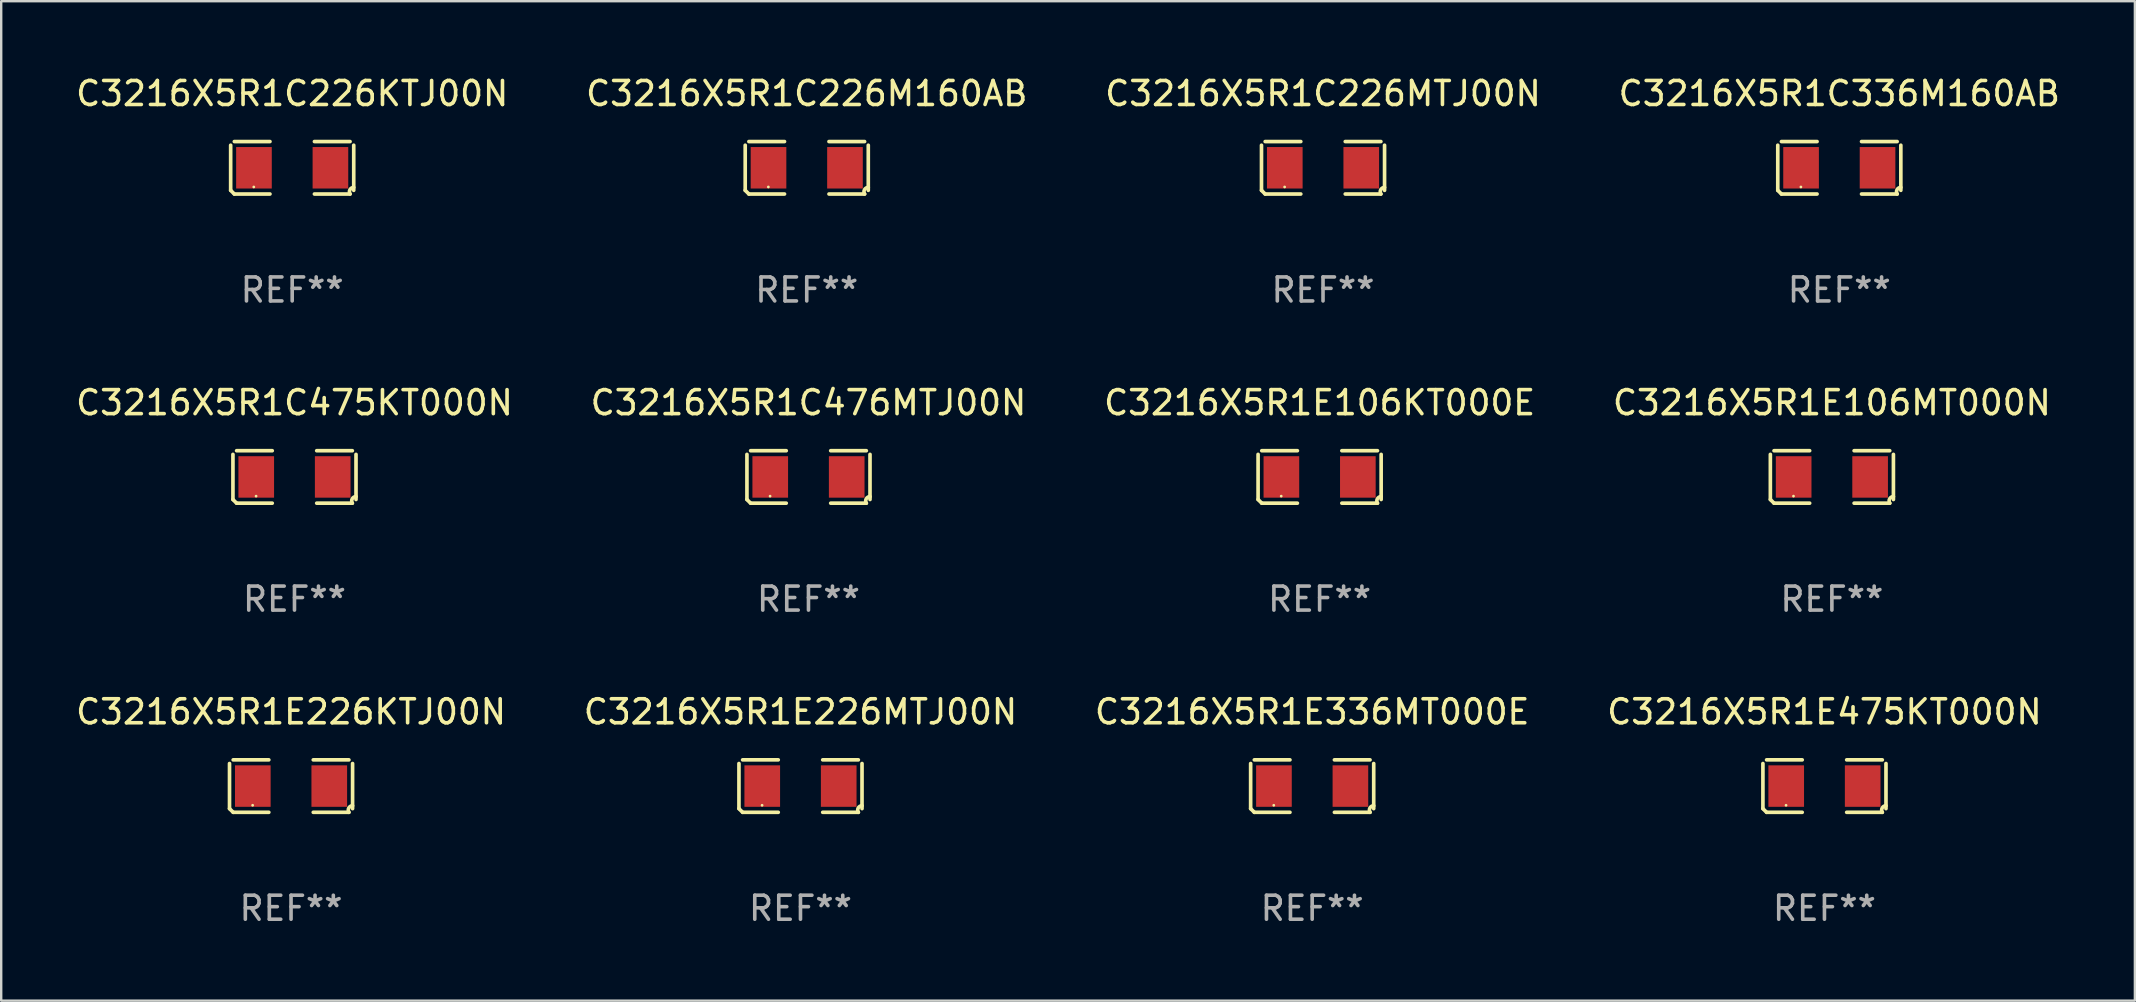
<source format=kicad_pcb>
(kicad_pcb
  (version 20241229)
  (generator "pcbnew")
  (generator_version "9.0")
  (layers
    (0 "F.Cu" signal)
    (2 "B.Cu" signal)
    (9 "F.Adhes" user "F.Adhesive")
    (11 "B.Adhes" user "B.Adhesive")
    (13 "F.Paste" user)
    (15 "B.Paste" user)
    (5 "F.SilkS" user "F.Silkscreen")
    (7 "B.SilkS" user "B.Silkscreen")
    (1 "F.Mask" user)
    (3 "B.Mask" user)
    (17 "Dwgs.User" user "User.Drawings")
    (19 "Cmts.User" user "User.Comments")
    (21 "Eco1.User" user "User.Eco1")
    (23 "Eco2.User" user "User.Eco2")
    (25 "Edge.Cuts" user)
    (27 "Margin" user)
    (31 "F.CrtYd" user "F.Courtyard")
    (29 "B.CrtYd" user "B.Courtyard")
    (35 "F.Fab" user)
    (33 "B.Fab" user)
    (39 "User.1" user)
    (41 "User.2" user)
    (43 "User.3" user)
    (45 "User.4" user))
  (footprint "C3216X5R1C476MTJ00N"
    (layer "F.Cu")
    (at 30.637 16.823)
    (property "Reference" "C3216X5R1C476MTJ00N" (at 0 -3.093 0) (layer "F.SilkS") (effects (font (size 1 1) (thickness 0.15))))
    (attr through_hole)
    (fp_line (start -2.564 0.94) (end -2.564 -0.94) (stroke (width 0.152) (type solid)) (layer "F.SilkS"))
    (fp_line (start -2.411 -1.093) (end -0.926 -1.093) (stroke (width 0.152) (type solid)) (layer "F.SilkS"))
    (fp_line (start -0.926 1.093) (end -2.411 1.093) (stroke (width 0.152) (type solid)) (layer "F.SilkS"))
    (fp_line (start 0.926 1.093) (end 2.411 1.093) (stroke (width 0.152) (type solid)) (layer "F.SilkS"))
    (fp_line (start 2.411 -1.093) (end 0.926 -1.093) (stroke (width 0.152) (type solid)) (layer "F.SilkS"))
    (fp_line (start 2.564 0.94) (end 2.564 -0.94) (stroke (width 0.152) (type solid)) (layer "F.SilkS"))
    (fp_arc (start -2.411201 1.092609) (mid -2.487413 1.01642) (end -2.563602 0.940208) (stroke (width 0.1524) (type solid)) (layer "F.SilkS"))
    (fp_arc (start 2.411201 1.092609) (mid 2.407159 0.911226) (end 2.563602 0.819347) (stroke (width 0.1524) (type solid)) (layer "F.SilkS"))
    (fp_circle (center -1.6 0.8) (end -1.57 0.8) (stroke (width 0.06) (type solid)) (fill no) (layer "F.SilkS"))
    (fp_text user "REF**" (at 0 5.093 0) (layer "F.Fab") (effects (font (size 1 1) (thickness 0.15))))
    (pad "1" smd rect (at -1.593 0) (size 1.485 1.728) (layers "F.Cu" "F.Mask" "F.Paste"))
    (pad "2" smd rect (at 1.593 0) (size 1.485 1.728) (layers "F.Cu" "F.Mask" "F.Paste")))
  (footprint "C3216X5R1E226MTJ00N"
    (layer "F.Cu")
    (at 30.304 29.704)
    (property "Reference" "C3216X5R1E226MTJ00N" (at 0 -3.093 0) (layer "F.SilkS") (effects (font (size 1 1) (thickness 0.15))))
    (attr through_hole)
    (fp_line (start -2.564 0.94) (end -2.564 -0.94) (stroke (width 0.152) (type solid)) (layer "F.SilkS"))
    (fp_line (start -2.411 -1.093) (end -0.926 -1.093) (stroke (width 0.152) (type solid)) (layer "F.SilkS"))
    (fp_line (start -0.926 1.093) (end -2.411 1.093) (stroke (width 0.152) (type solid)) (layer "F.SilkS"))
    (fp_line (start 0.926 1.093) (end 2.411 1.093) (stroke (width 0.152) (type solid)) (layer "F.SilkS"))
    (fp_line (start 2.411 -1.093) (end 0.926 -1.093) (stroke (width 0.152) (type solid)) (layer "F.SilkS"))
    (fp_line (start 2.564 0.94) (end 2.564 -0.94) (stroke (width 0.152) (type solid)) (layer "F.SilkS"))
    (fp_arc (start -2.411201 1.092609) (mid -2.487413 1.01642) (end -2.563602 0.940208) (stroke (width 0.1524) (type solid)) (layer "F.SilkS"))
    (fp_arc (start 2.411201 1.092609) (mid 2.407159 0.911226) (end 2.563602 0.819347) (stroke (width 0.1524) (type solid)) (layer "F.SilkS"))
    (fp_circle (center -1.6 0.8) (end -1.57 0.8) (stroke (width 0.06) (type solid)) (fill no) (layer "F.SilkS"))
    (fp_text user "REF**" (at 0 5.093 0) (layer "F.Fab") (effects (font (size 1 1) (thickness 0.15))))
    (pad "1" smd rect (at -1.593 0) (size 1.485 1.728) (layers "F.Cu" "F.Mask" "F.Paste"))
    (pad "2" smd rect (at 1.593 0) (size 1.485 1.728) (layers "F.Cu" "F.Mask" "F.Paste")))
  (footprint "C3216X5R1E106MT000N"
    (layer "F.Cu")
    (at 73.28 16.823)
    (property "Reference" "C3216X5R1E106MT000N" (at 0 -3.093 0) (layer "F.SilkS") (effects (font (size 1 1) (thickness 0.15))))
    (attr through_hole)
    (fp_line (start -2.564 0.94) (end -2.564 -0.94) (stroke (width 0.152) (type solid)) (layer "F.SilkS"))
    (fp_line (start -2.411 -1.093) (end -0.926 -1.093) (stroke (width 0.152) (type solid)) (layer "F.SilkS"))
    (fp_line (start -0.926 1.093) (end -2.411 1.093) (stroke (width 0.152) (type solid)) (layer "F.SilkS"))
    (fp_line (start 0.926 1.093) (end 2.411 1.093) (stroke (width 0.152) (type solid)) (layer "F.SilkS"))
    (fp_line (start 2.411 -1.093) (end 0.926 -1.093) (stroke (width 0.152) (type solid)) (layer "F.SilkS"))
    (fp_line (start 2.564 0.94) (end 2.564 -0.94) (stroke (width 0.152) (type solid)) (layer "F.SilkS"))
    (fp_arc (start -2.411201 1.092609) (mid -2.487413 1.01642) (end -2.563602 0.940208) (stroke (width 0.1524) (type solid)) (layer "F.SilkS"))
    (fp_arc (start 2.411201 1.092609) (mid 2.407159 0.911226) (end 2.563602 0.819347) (stroke (width 0.1524) (type solid)) (layer "F.SilkS"))
    (fp_circle (center -1.6 0.8) (end -1.57 0.8) (stroke (width 0.06) (type solid)) (fill no) (layer "F.SilkS"))
    (fp_text user "REF**" (at 0 5.093 0) (layer "F.Fab") (effects (font (size 1 1) (thickness 0.15))))
    (pad "1" smd rect (at -1.593 0) (size 1.485 1.728) (layers "F.Cu" "F.Mask" "F.Paste"))
    (pad "2" smd rect (at 1.593 0) (size 1.485 1.728) (layers "F.Cu" "F.Mask" "F.Paste")))
  (footprint "C3216X5R1E336MT000E"
    (layer "F.Cu")
    (at 51.625 29.704)
    (property "Reference" "C3216X5R1E336MT000E" (at 0 -3.093 0) (layer "F.SilkS") (effects (font (size 1 1) (thickness 0.15))))
    (attr through_hole)
    (fp_line (start -2.564 0.94) (end -2.564 -0.94) (stroke (width 0.152) (type solid)) (layer "F.SilkS"))
    (fp_line (start -2.411 -1.093) (end -0.926 -1.093) (stroke (width 0.152) (type solid)) (layer "F.SilkS"))
    (fp_line (start -0.926 1.093) (end -2.411 1.093) (stroke (width 0.152) (type solid)) (layer "F.SilkS"))
    (fp_line (start 0.926 1.093) (end 2.411 1.093) (stroke (width 0.152) (type solid)) (layer "F.SilkS"))
    (fp_line (start 2.411 -1.093) (end 0.926 -1.093) (stroke (width 0.152) (type solid)) (layer "F.SilkS"))
    (fp_line (start 2.564 0.94) (end 2.564 -0.94) (stroke (width 0.152) (type solid)) (layer "F.SilkS"))
    (fp_arc (start -2.411201 1.092609) (mid -2.487413 1.01642) (end -2.563602 0.940208) (stroke (width 0.1524) (type solid)) (layer "F.SilkS"))
    (fp_arc (start 2.411201 1.092609) (mid 2.407159 0.911226) (end 2.563602 0.819347) (stroke (width 0.1524) (type solid)) (layer "F.SilkS"))
    (fp_circle (center -1.6 0.8) (end -1.57 0.8) (stroke (width 0.06) (type solid)) (fill no) (layer "F.SilkS"))
    (fp_text user "REF**" (at 0 5.093 0) (layer "F.Fab") (effects (font (size 1 1) (thickness 0.15))))
    (pad "1" smd rect (at -1.593 0) (size 1.485 1.728) (layers "F.Cu" "F.Mask" "F.Paste"))
    (pad "2" smd rect (at 1.593 0) (size 1.485 1.728) (layers "F.Cu" "F.Mask" "F.Paste")))
  (footprint "C3216X5R1C226M160AB"
    (layer "F.Cu")
    (at 30.565 3.941)
    (property "Reference" "C3216X5R1C226M160AB" (at 0 -3.093 0) (layer "F.SilkS") (effects (font (size 1 1) (thickness 0.15))))
    (attr through_hole)
    (fp_line (start -2.564 0.94) (end -2.564 -0.94) (stroke (width 0.152) (type solid)) (layer "F.SilkS"))
    (fp_line (start -2.411 -1.093) (end -0.926 -1.093) (stroke (width 0.152) (type solid)) (layer "F.SilkS"))
    (fp_line (start -0.926 1.093) (end -2.411 1.093) (stroke (width 0.152) (type solid)) (layer "F.SilkS"))
    (fp_line (start 0.926 1.093) (end 2.411 1.093) (stroke (width 0.152) (type solid)) (layer "F.SilkS"))
    (fp_line (start 2.411 -1.093) (end 0.926 -1.093) (stroke (width 0.152) (type solid)) (layer "F.SilkS"))
    (fp_line (start 2.564 0.94) (end 2.564 -0.94) (stroke (width 0.152) (type solid)) (layer "F.SilkS"))
    (fp_arc (start -2.411201 1.092609) (mid -2.487413 1.01642) (end -2.563602 0.940208) (stroke (width 0.1524) (type solid)) (layer "F.SilkS"))
    (fp_arc (start 2.411201 1.092609) (mid 2.407159 0.911226) (end 2.563602 0.819347) (stroke (width 0.1524) (type solid)) (layer "F.SilkS"))
    (fp_circle (center -1.6 0.8) (end -1.57 0.8) (stroke (width 0.06) (type solid)) (fill no) (layer "F.SilkS"))
    (fp_text user "REF**" (at 0 5.093 0) (layer "F.Fab") (effects (font (size 1 1) (thickness 0.15))))
    (pad "1" smd rect (at -1.593 0) (size 1.485 1.728) (layers "F.Cu" "F.Mask" "F.Paste"))
    (pad "2" smd rect (at 1.593 0) (size 1.485 1.728) (layers "F.Cu" "F.Mask" "F.Paste")))
  (footprint "C3216X5R1C226MTJ00N"
    (layer "F.Cu")
    (at 52.077 3.941)
    (property "Reference" "C3216X5R1C226MTJ00N" (at 0 -3.093 0) (layer "F.SilkS") (effects (font (size 1 1) (thickness 0.15))))
    (attr through_hole)
    (fp_line (start -2.564 0.94) (end -2.564 -0.94) (stroke (width 0.152) (type solid)) (layer "F.SilkS"))
    (fp_line (start -2.411 -1.093) (end -0.926 -1.093) (stroke (width 0.152) (type solid)) (layer "F.SilkS"))
    (fp_line (start -0.926 1.093) (end -2.411 1.093) (stroke (width 0.152) (type solid)) (layer "F.SilkS"))
    (fp_line (start 0.926 1.093) (end 2.411 1.093) (stroke (width 0.152) (type solid)) (layer "F.SilkS"))
    (fp_line (start 2.411 -1.093) (end 0.926 -1.093) (stroke (width 0.152) (type solid)) (layer "F.SilkS"))
    (fp_line (start 2.564 0.94) (end 2.564 -0.94) (stroke (width 0.152) (type solid)) (layer "F.SilkS"))
    (fp_arc (start -2.411201 1.092609) (mid -2.487413 1.01642) (end -2.563602 0.940208) (stroke (width 0.1524) (type solid)) (layer "F.SilkS"))
    (fp_arc (start 2.411201 1.092609) (mid 2.407159 0.911226) (end 2.563602 0.819347) (stroke (width 0.1524) (type solid)) (layer "F.SilkS"))
    (fp_circle (center -1.6 0.8) (end -1.57 0.8) (stroke (width 0.06) (type solid)) (fill no) (layer "F.SilkS"))
    (fp_text user "REF**" (at 0 5.093 0) (layer "F.Fab") (effects (font (size 1 1) (thickness 0.15))))
    (pad "1" smd rect (at -1.593 0) (size 1.485 1.728) (layers "F.Cu" "F.Mask" "F.Paste"))
    (pad "2" smd rect (at 1.593 0) (size 1.485 1.728) (layers "F.Cu" "F.Mask" "F.Paste")))
  (footprint "C3216X5R1E106KT000E"
    (layer "F.Cu")
    (at 51.935 16.823)
    (property "Reference" "C3216X5R1E106KT000E" (at 0 -3.093 0) (layer "F.SilkS") (effects (font (size 1 1) (thickness 0.15))))
    (attr through_hole)
    (fp_line (start -2.564 0.94) (end -2.564 -0.94) (stroke (width 0.152) (type solid)) (layer "F.SilkS"))
    (fp_line (start -2.411 -1.093) (end -0.926 -1.093) (stroke (width 0.152) (type solid)) (layer "F.SilkS"))
    (fp_line (start -0.926 1.093) (end -2.411 1.093) (stroke (width 0.152) (type solid)) (layer "F.SilkS"))
    (fp_line (start 0.926 1.093) (end 2.411 1.093) (stroke (width 0.152) (type solid)) (layer "F.SilkS"))
    (fp_line (start 2.411 -1.093) (end 0.926 -1.093) (stroke (width 0.152) (type solid)) (layer "F.SilkS"))
    (fp_line (start 2.564 0.94) (end 2.564 -0.94) (stroke (width 0.152) (type solid)) (layer "F.SilkS"))
    (fp_arc (start -2.411201 1.092609) (mid -2.487413 1.01642) (end -2.563602 0.940208) (stroke (width 0.1524) (type solid)) (layer "F.SilkS"))
    (fp_arc (start 2.411201 1.092609) (mid 2.407159 0.911226) (end 2.563602 0.819347) (stroke (width 0.1524) (type solid)) (layer "F.SilkS"))
    (fp_circle (center -1.6 0.8) (end -1.57 0.8) (stroke (width 0.06) (type solid)) (fill no) (layer "F.SilkS"))
    (fp_text user "REF**" (at 0 5.093 0) (layer "F.Fab") (effects (font (size 1 1) (thickness 0.15))))
    (pad "1" smd rect (at -1.593 0) (size 1.485 1.728) (layers "F.Cu" "F.Mask" "F.Paste"))
    (pad "2" smd rect (at 1.593 0) (size 1.485 1.728) (layers "F.Cu" "F.Mask" "F.Paste")))
  (footprint "C3216X5R1C226KTJ00N"
    (layer "F.Cu")
    (at 9.125 3.941)
    (property "Reference" "C3216X5R1C226KTJ00N" (at 0 -3.093 0) (layer "F.SilkS") (effects (font (size 1 1) (thickness 0.15))))
    (attr through_hole)
    (fp_line (start -2.564 0.94) (end -2.564 -0.94) (stroke (width 0.152) (type solid)) (layer "F.SilkS"))
    (fp_line (start -2.411 -1.093) (end -0.926 -1.093) (stroke (width 0.152) (type solid)) (layer "F.SilkS"))
    (fp_line (start -0.926 1.093) (end -2.411 1.093) (stroke (width 0.152) (type solid)) (layer "F.SilkS"))
    (fp_line (start 0.926 1.093) (end 2.411 1.093) (stroke (width 0.152) (type solid)) (layer "F.SilkS"))
    (fp_line (start 2.411 -1.093) (end 0.926 -1.093) (stroke (width 0.152) (type solid)) (layer "F.SilkS"))
    (fp_line (start 2.564 0.94) (end 2.564 -0.94) (stroke (width 0.152) (type solid)) (layer "F.SilkS"))
    (fp_arc (start -2.411201 1.092609) (mid -2.487413 1.01642) (end -2.563602 0.940208) (stroke (width 0.1524) (type solid)) (layer "F.SilkS"))
    (fp_arc (start 2.411201 1.092609) (mid 2.407159 0.911226) (end 2.563602 0.819347) (stroke (width 0.1524) (type solid)) (layer "F.SilkS"))
    (fp_circle (center -1.6 0.8) (end -1.57 0.8) (stroke (width 0.06) (type solid)) (fill no) (layer "F.SilkS"))
    (fp_text user "REF**" (at 0 5.093 0) (layer "F.Fab") (effects (font (size 1 1) (thickness 0.15))))
    (pad "1" smd rect (at -1.593 0) (size 1.485 1.728) (layers "F.Cu" "F.Mask" "F.Paste"))
    (pad "2" smd rect (at 1.593 0) (size 1.485 1.728) (layers "F.Cu" "F.Mask" "F.Paste")))
  (footprint "C3216X5R1E475KT000N"
    (layer "F.Cu")
    (at 72.97 29.704)
    (property "Reference" "C3216X5R1E475KT000N" (at 0 -3.093 0) (layer "F.SilkS") (effects (font (size 1 1) (thickness 0.15))))
    (attr through_hole)
    (fp_line (start -2.564 0.94) (end -2.564 -0.94) (stroke (width 0.152) (type solid)) (layer "F.SilkS"))
    (fp_line (start -2.411 -1.093) (end -0.926 -1.093) (stroke (width 0.152) (type solid)) (layer "F.SilkS"))
    (fp_line (start -0.926 1.093) (end -2.411 1.093) (stroke (width 0.152) (type solid)) (layer "F.SilkS"))
    (fp_line (start 0.926 1.093) (end 2.411 1.093) (stroke (width 0.152) (type solid)) (layer "F.SilkS"))
    (fp_line (start 2.411 -1.093) (end 0.926 -1.093) (stroke (width 0.152) (type solid)) (layer "F.SilkS"))
    (fp_line (start 2.564 0.94) (end 2.564 -0.94) (stroke (width 0.152) (type solid)) (layer "F.SilkS"))
    (fp_arc (start -2.411201 1.092609) (mid -2.487413 1.01642) (end -2.563602 0.940208) (stroke (width 0.1524) (type solid)) (layer "F.SilkS"))
    (fp_arc (start 2.411201 1.092609) (mid 2.407159 0.911226) (end 2.563602 0.819347) (stroke (width 0.1524) (type solid)) (layer "F.SilkS"))
    (fp_circle (center -1.6 0.8) (end -1.57 0.8) (stroke (width 0.06) (type solid)) (fill no) (layer "F.SilkS"))
    (fp_text user "REF**" (at 0 5.093 0) (layer "F.Fab") (effects (font (size 1 1) (thickness 0.15))))
    (pad "1" smd rect (at -1.593 0) (size 1.485 1.728) (layers "F.Cu" "F.Mask" "F.Paste"))
    (pad "2" smd rect (at 1.593 0) (size 1.485 1.728) (layers "F.Cu" "F.Mask" "F.Paste")))
  (footprint "C3216X5R1C336M160AB"
    (layer "F.Cu")
    (at 73.589 3.941)
    (property "Reference" "C3216X5R1C336M160AB" (at 0 -3.093 0) (layer "F.SilkS") (effects (font (size 1 1) (thickness 0.15))))
    (attr through_hole)
    (fp_line (start -2.564 0.94) (end -2.564 -0.94) (stroke (width 0.152) (type solid)) (layer "F.SilkS"))
    (fp_line (start -2.411 -1.093) (end -0.926 -1.093) (stroke (width 0.152) (type solid)) (layer "F.SilkS"))
    (fp_line (start -0.926 1.093) (end -2.411 1.093) (stroke (width 0.152) (type solid)) (layer "F.SilkS"))
    (fp_line (start 0.926 1.093) (end 2.411 1.093) (stroke (width 0.152) (type solid)) (layer "F.SilkS"))
    (fp_line (start 2.411 -1.093) (end 0.926 -1.093) (stroke (width 0.152) (type solid)) (layer "F.SilkS"))
    (fp_line (start 2.564 0.94) (end 2.564 -0.94) (stroke (width 0.152) (type solid)) (layer "F.SilkS"))
    (fp_arc (start -2.411201 1.092609) (mid -2.487413 1.01642) (end -2.563602 0.940208) (stroke (width 0.1524) (type solid)) (layer "F.SilkS"))
    (fp_arc (start 2.411201 1.092609) (mid 2.407159 0.911226) (end 2.563602 0.819347) (stroke (width 0.1524) (type solid)) (layer "F.SilkS"))
    (fp_circle (center -1.6 0.8) (end -1.57 0.8) (stroke (width 0.06) (type solid)) (fill no) (layer "F.SilkS"))
    (fp_text user "REF**" (at 0 5.093 0) (layer "F.Fab") (effects (font (size 1 1) (thickness 0.15))))
    (pad "1" smd rect (at -1.593 0) (size 1.485 1.728) (layers "F.Cu" "F.Mask" "F.Paste"))
    (pad "2" smd rect (at 1.593 0) (size 1.485 1.728) (layers "F.Cu" "F.Mask" "F.Paste")))
  (footprint "C3216X5R1C475KT000N"
    (layer "F.Cu")
    (at 9.22 16.823)
    (property "Reference" "C3216X5R1C475KT000N" (at 0 -3.093 0) (layer "F.SilkS") (effects (font (size 1 1) (thickness 0.15))))
    (attr through_hole)
    (fp_line (start -2.564 0.94) (end -2.564 -0.94) (stroke (width 0.152) (type solid)) (layer "F.SilkS"))
    (fp_line (start -2.411 -1.093) (end -0.926 -1.093) (stroke (width 0.152) (type solid)) (layer "F.SilkS"))
    (fp_line (start -0.926 1.093) (end -2.411 1.093) (stroke (width 0.152) (type solid)) (layer "F.SilkS"))
    (fp_line (start 0.926 1.093) (end 2.411 1.093) (stroke (width 0.152) (type solid)) (layer "F.SilkS"))
    (fp_line (start 2.411 -1.093) (end 0.926 -1.093) (stroke (width 0.152) (type solid)) (layer "F.SilkS"))
    (fp_line (start 2.564 0.94) (end 2.564 -0.94) (stroke (width 0.152) (type solid)) (layer "F.SilkS"))
    (fp_arc (start -2.411201 1.092609) (mid -2.487413 1.01642) (end -2.563602 0.940208) (stroke (width 0.1524) (type solid)) (layer "F.SilkS"))
    (fp_arc (start 2.411201 1.092609) (mid 2.407159 0.911226) (end 2.563602 0.819347) (stroke (width 0.1524) (type solid)) (layer "F.SilkS"))
    (fp_circle (center -1.6 0.8) (end -1.57 0.8) (stroke (width 0.06) (type solid)) (fill no) (layer "F.SilkS"))
    (fp_text user "REF**" (at 0 5.093 0) (layer "F.Fab") (effects (font (size 1 1) (thickness 0.15))))
    (pad "1" smd rect (at -1.593 0) (size 1.485 1.728) (layers "F.Cu" "F.Mask" "F.Paste"))
    (pad "2" smd rect (at 1.593 0) (size 1.485 1.728) (layers "F.Cu" "F.Mask" "F.Paste")))
  (footprint "C3216X5R1E226KTJ00N"
    (layer "F.Cu")
    (at 9.077 29.704)
    (property "Reference" "C3216X5R1E226KTJ00N" (at 0 -3.093 0) (layer "F.SilkS") (effects (font (size 1 1) (thickness 0.15))))
    (attr through_hole)
    (fp_line (start -2.564 0.94) (end -2.564 -0.94) (stroke (width 0.152) (type solid)) (layer "F.SilkS"))
    (fp_line (start -2.411 -1.093) (end -0.926 -1.093) (stroke (width 0.152) (type solid)) (layer "F.SilkS"))
    (fp_line (start -0.926 1.093) (end -2.411 1.093) (stroke (width 0.152) (type solid)) (layer "F.SilkS"))
    (fp_line (start 0.926 1.093) (end 2.411 1.093) (stroke (width 0.152) (type solid)) (layer "F.SilkS"))
    (fp_line (start 2.411 -1.093) (end 0.926 -1.093) (stroke (width 0.152) (type solid)) (layer "F.SilkS"))
    (fp_line (start 2.564 0.94) (end 2.564 -0.94) (stroke (width 0.152) (type solid)) (layer "F.SilkS"))
    (fp_arc (start -2.411201 1.092609) (mid -2.487413 1.01642) (end -2.563602 0.940208) (stroke (width 0.1524) (type solid)) (layer "F.SilkS"))
    (fp_arc (start 2.411201 1.092609) (mid 2.407159 0.911226) (end 2.563602 0.819347) (stroke (width 0.1524) (type solid)) (layer "F.SilkS"))
    (fp_circle (center -1.6 0.8) (end -1.57 0.8) (stroke (width 0.06) (type solid)) (fill no) (layer "F.SilkS"))
    (fp_text user "REF**" (at 0 5.093 0) (layer "F.Fab") (effects (font (size 1 1) (thickness 0.15))))
    (pad "1" smd rect (at -1.593 0) (size 1.485 1.728) (layers "F.Cu" "F.Mask" "F.Paste"))
    (pad "2" smd rect (at 1.593 0) (size 1.485 1.728) (layers "F.Cu" "F.Mask" "F.Paste")))
  (gr_rect
    (start -3 -3)
    (end 85.905 38.645)
    (stroke (width 0.1) (type default))
    (fill no)
    (layer "Edge.Cuts")))
</source>
